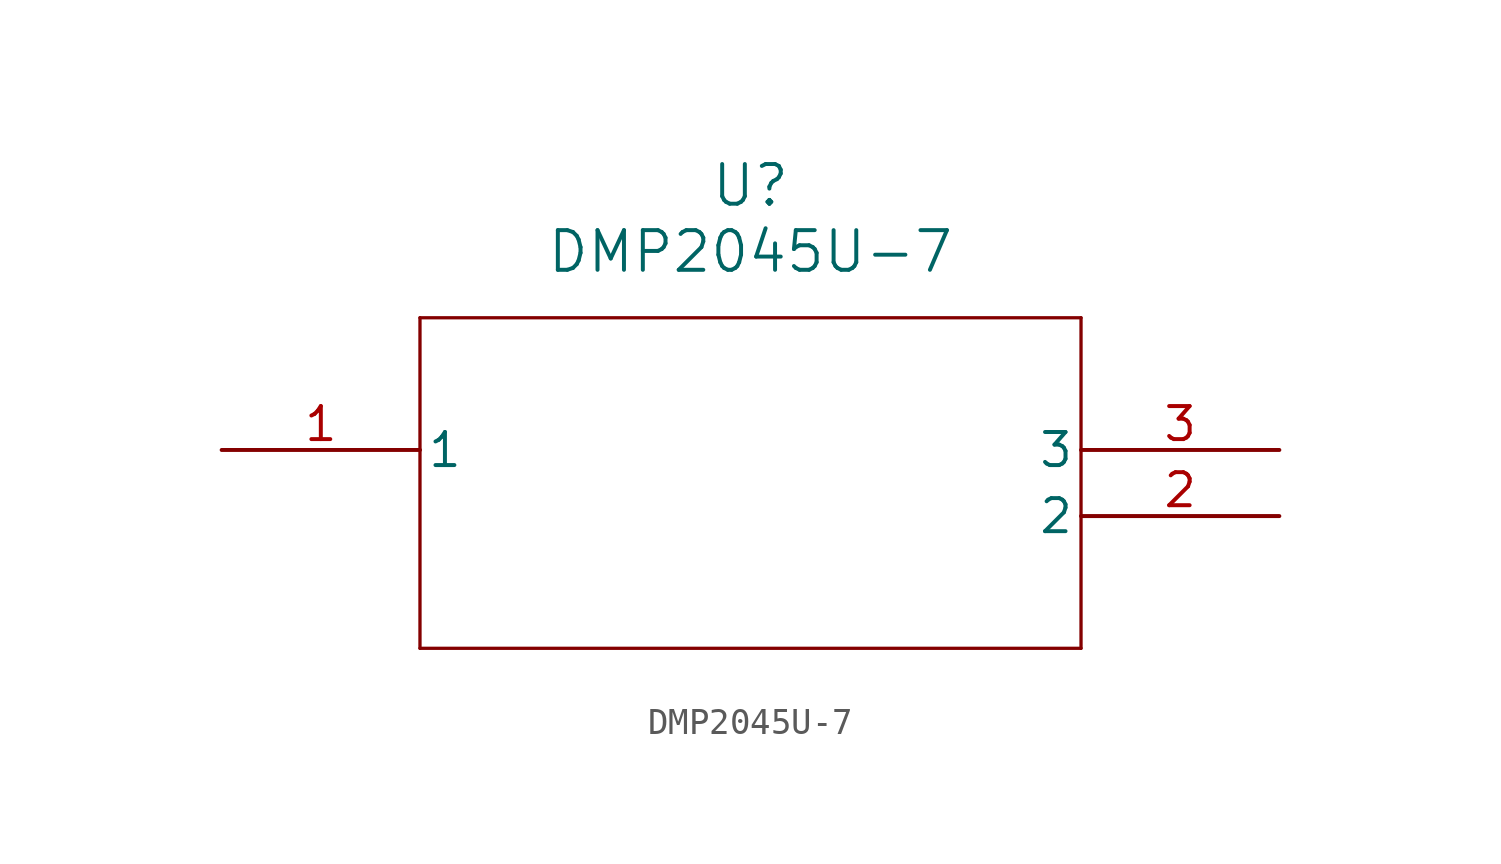
<source format=kicad_sym>
(kicad_symbol_lib
  (version 20211014)
  (generator kicad_symbol_editor)
  (symbol "DMP2045U-7"
    (pin_names
      (offset 0.254))
    (property "Reference" "U"
      (at 20.32 10.16 0)
      (effects (font (size 1.524 1.524))))
    (property "Value" "DMP2045U-7"
      (at 20.32 7.62 0)
      (effects (font (size 1.524 1.524))))
    (polyline
      (pts (xy 7.62 5.08) (xy 7.62 -7.62))
      (stroke (width 0.127) (type default) (color 0 0 0 0))
      (fill (type none)))
    (polyline
      (pts (xy 7.62 -7.62) (xy 33.02 -7.62))
      (stroke (width 0.127) (type default) (color 0 0 0 0))
      (fill (type none)))
    (polyline
      (pts (xy 33.02 -7.62) (xy 33.02 5.08))
      (stroke (width 0.127) (type default) (color 0 0 0 0))
      (fill (type none)))
    (polyline
      (pts (xy 33.02 5.08) (xy 7.62 5.08))
      (stroke (width 0.127) (type default) (color 0 0 0 0))
      (fill (type none)))
    (pin unspecified line
      (at 0 0 0)
      (length 7.62)
      (name "1" (effects (font (size 1.27 1.27))))
      (number "1" (effects (font (size 1.27 1.27)))))
    (pin unspecified line
      (at 40.64 -2.54 180)
      (length 7.62)
      (name "2" (effects (font (size 1.27 1.27))))
      (number "2" (effects (font (size 1.27 1.27)))))
    (pin unspecified line
      (at 40.64 0 180)
      (length 7.62)
      (name "3" (effects (font (size 1.27 1.27))))
      (number "3" (effects (font (size 1.27 1.27)))))))
</source>
